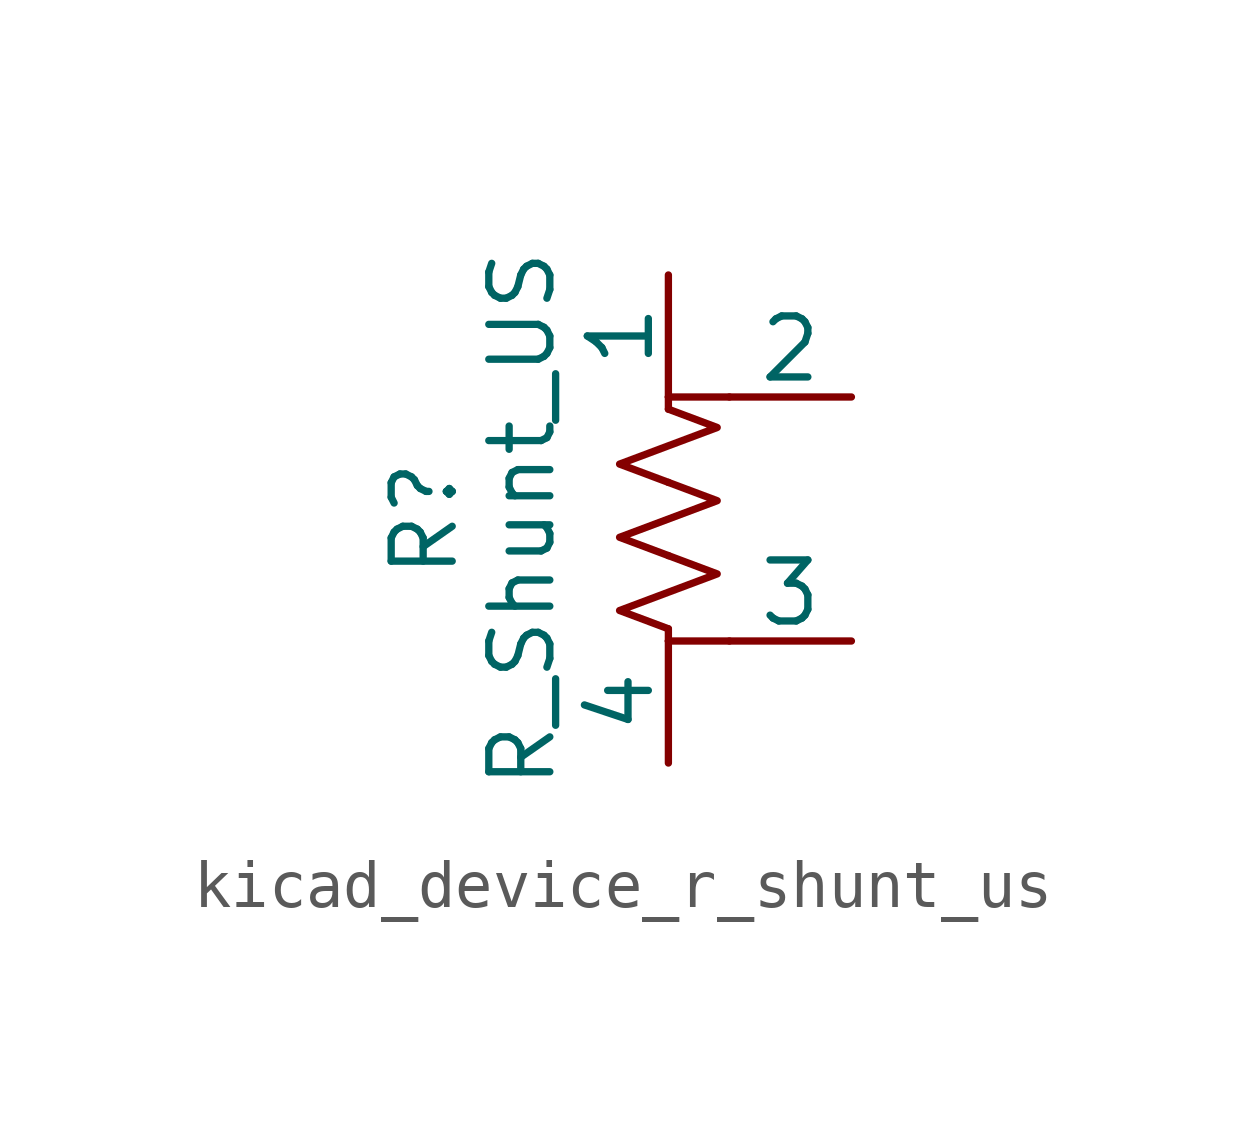
<source format=kicad_sym>
(kicad_symbol_lib
  (version 20220914)
  (generator kicad_symbol_editor)
  (symbol "kicad_device_r_shunt_us"
    (pin_numbers hide)
    (pin_names
      (offset 0))
    (property "Reference" "R"
      (at -5.08 0 90)
      (effects (font (size 1.27 1.27))))
    (property "Value" "R_Shunt_US"
      (at -3.048 0 90)
      (effects (font (size 1.27 1.27))))
    (symbol "kicad_device_r_shunt_us_1_1"
      (polyline (pts (xy 0 -2.54) (xy 1.27 -2.54)) (stroke (width 0) (type default)) (fill (type none)))
      (polyline (pts (xy 0 -2.286) (xy 0 -2.54)) (stroke (width 0) (type default)) (fill (type none)))
      (polyline (pts (xy 0 2.286) (xy 0 2.54)) (stroke (width 0) (type default)) (fill (type none)))
      (polyline (pts (xy 1.27 2.54) (xy 0 2.54)) (stroke (width 0) (type default)) (fill (type none)))
      (polyline (pts (xy 0 -0.762) (xy 1.016 -1.143) (xy 0 -1.524) (xy -1.016 -1.905) (xy 0 -2.286)) (stroke (width 0) (type default)) (fill (type none)))
      (polyline (pts (xy 0 0.762) (xy 1.016 0.381) (xy 0 0) (xy -1.016 -0.381) (xy 0 -0.762)) (stroke (width 0) (type default)) (fill (type none)))
      (polyline (pts (xy 0 2.286) (xy 1.016 1.905) (xy 0 1.524) (xy -1.016 1.143) (xy 0 0.762)) (stroke (width 0) (type default)) (fill (type none)))
      (pin passive line (at 0 5.08 270) (length 2.54) (name "1" (effects (font (size 1.27 1.27)))) (number "1" (effects (font (size 1.27 1.27)))))
      (pin passive line (at 3.81 2.54 180) (length 2.54) (name "2" (effects (font (size 1.27 1.27)))) (number "2" (effects (font (size 1.27 1.27)))))
      (pin passive line (at 3.81 -2.54 180) (length 2.54) (name "3" (effects (font (size 1.27 1.27)))) (number "3" (effects (font (size 1.27 1.27)))))
      (pin passive line (at 0 -5.08 90) (length 2.54) (name "4" (effects (font (size 1.27 1.27)))) (number "4" (effects (font (size 1.27 1.27))))))))
</source>
